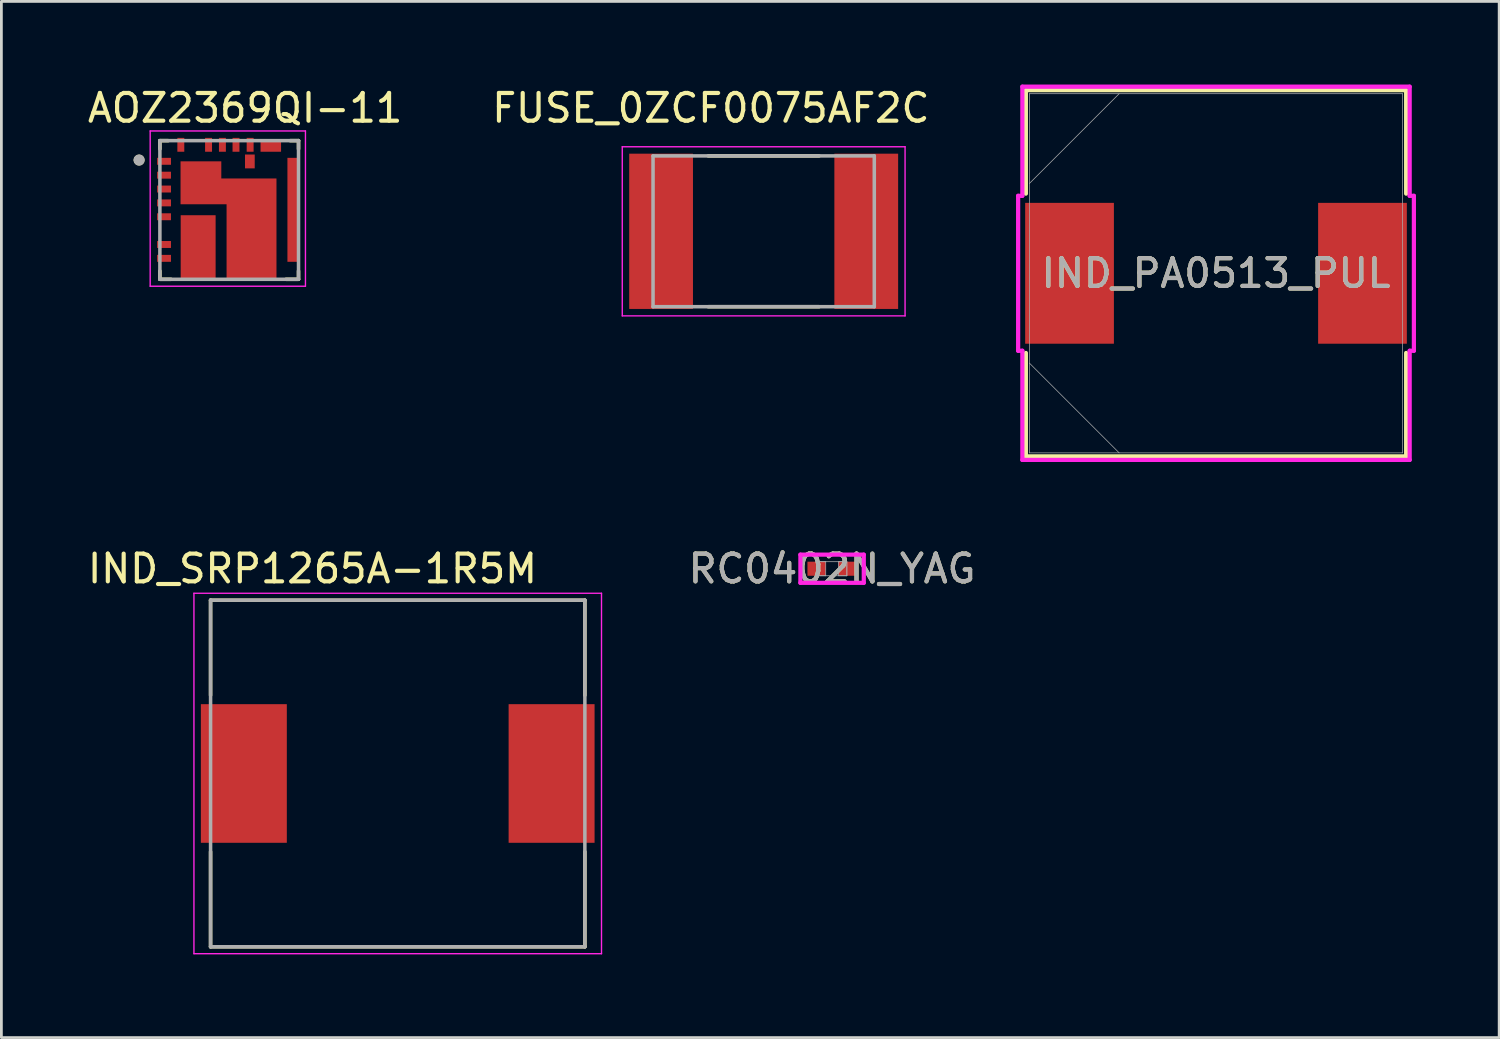
<source format=kicad_pcb>
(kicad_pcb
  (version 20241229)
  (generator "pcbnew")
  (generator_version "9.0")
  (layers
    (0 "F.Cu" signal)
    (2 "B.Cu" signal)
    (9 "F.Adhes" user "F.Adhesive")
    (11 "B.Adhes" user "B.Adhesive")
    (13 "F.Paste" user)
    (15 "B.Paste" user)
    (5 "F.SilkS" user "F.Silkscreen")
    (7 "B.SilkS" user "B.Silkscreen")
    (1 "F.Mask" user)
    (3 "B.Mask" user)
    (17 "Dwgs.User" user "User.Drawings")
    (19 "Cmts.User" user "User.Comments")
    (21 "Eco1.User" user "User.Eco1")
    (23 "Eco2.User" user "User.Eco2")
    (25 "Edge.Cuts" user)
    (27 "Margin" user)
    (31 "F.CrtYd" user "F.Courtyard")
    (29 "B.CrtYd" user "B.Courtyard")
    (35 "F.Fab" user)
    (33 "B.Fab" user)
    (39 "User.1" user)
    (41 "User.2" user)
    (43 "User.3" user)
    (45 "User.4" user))
  (footprint "RC0402N_YAG"
    (layer "F.Cu")
    (at 26.962 17.463)
    (property "Reference" "RC0402N_YAG" (at 0 0 0) (unlocked yes) (layer "F.SilkS") (effects (font (size 1 1) (thickness 0.15))))
    (attr smd)
    (fp_line (start -1.143 -0.508) (end 1.143 -0.508) (stroke (width 0.152) (type solid)) (layer "F.CrtYd"))
    (fp_line (start -1.143 0.508) (end -1.143 -0.508) (stroke (width 0.152) (type solid)) (layer "F.CrtYd"))
    (fp_line (start 1.143 -0.508) (end 1.143 0.508) (stroke (width 0.152) (type solid)) (layer "F.CrtYd"))
    (fp_line (start 1.143 0.508) (end -1.143 0.508) (stroke (width 0.152) (type solid)) (layer "F.CrtYd"))
    (fp_line (start -0.533 -0.254) (end -0.533 0.254) (stroke (width 0.025) (type solid)) (layer "F.Fab"))
    (fp_line (start -0.533 -0.254) (end -0.533 0.254) (stroke (width 0.025) (type solid)) (layer "F.Fab"))
    (fp_line (start -0.533 0.254) (end -0.229 0.254) (stroke (width 0.025) (type solid)) (layer "F.Fab"))
    (fp_line (start -0.533 0.254) (end 0.533 0.254) (stroke (width 0.025) (type solid)) (layer "F.Fab"))
    (fp_line (start -0.229 -0.254) (end -0.533 -0.254) (stroke (width 0.025) (type solid)) (layer "F.Fab"))
    (fp_line (start -0.229 0.254) (end -0.229 -0.254) (stroke (width 0.025) (type solid)) (layer "F.Fab"))
    (fp_line (start 0.229 -0.254) (end 0.229 0.254) (stroke (width 0.025) (type solid)) (layer "F.Fab"))
    (fp_line (start 0.229 0.254) (end 0.533 0.254) (stroke (width 0.025) (type solid)) (layer "F.Fab"))
    (fp_line (start 0.533 -0.254) (end -0.533 -0.254) (stroke (width 0.025) (type solid)) (layer "F.Fab"))
    (fp_line (start 0.533 -0.254) (end 0.229 -0.254) (stroke (width 0.025) (type solid)) (layer "F.Fab"))
    (fp_line (start 0.533 0.254) (end 0.533 -0.254) (stroke (width 0.025) (type solid)) (layer "F.Fab"))
    (fp_line (start 0.533 0.254) (end 0.533 -0.254) (stroke (width 0.025) (type solid)) (layer "F.Fab"))
    (fp_text user "${REFERENCE}" (at 0 0 0) (unlocked yes) (layer "F.Fab") (effects (font (size 1 1) (thickness 0.15))))
    (pad "1" smd rect (at -0.559 0) (size 0.66 0.508) (layers "F.Cu" "F.Mask" "F.Paste"))
    (pad "2" smd rect (at 0.559 0) (size 0.66 0.508) (layers "F.Cu" "F.Mask" "F.Paste"))
    (zone (net_name "") (layer "F.Cu") (hatch full 0.508) (connect_pads) (min_thickness 0.254) (filled_areas_thickness no) (keepout (tracks not_allowed) (vias not_allowed) (pads allowed) (copperpour not_allowed) (footprints allowed)) (placement (enabled no)) (fill) (polygon (pts (xy 26.784 17.259) (xy 27.14 17.259) (xy 27.14 17.666) (xy 26.784 17.666)))))
  (footprint "FUSE_0ZCF0075AF2C"
    (layer "F.Cu")
    (at 24.494 5.293)
    (property "Reference" "FUSE_0ZCF0075AF2C" (at -1.905 -4.445 0) (layer "F.SilkS") (effects (font (size 1 1) (thickness 0.15))))
    (attr smd)
    (fp_line (start -2 -2.72) (end 2 -2.72) (stroke (width 0.127) (type solid)) (layer "F.SilkS"))
    (fp_line (start -2 2.72) (end 2 2.72) (stroke (width 0.127) (type solid)) (layer "F.SilkS"))
    (fp_line (start -5.1 -3.05) (end 5.1 -3.05) (stroke (width 0.05) (type solid)) (layer "F.CrtYd"))
    (fp_line (start -5.1 3.05) (end -5.1 -3.05) (stroke (width 0.05) (type solid)) (layer "F.CrtYd"))
    (fp_line (start 5.1 -3.05) (end 5.1 3.05) (stroke (width 0.05) (type solid)) (layer "F.CrtYd"))
    (fp_line (start 5.1 3.05) (end -5.1 3.05) (stroke (width 0.05) (type solid)) (layer "F.CrtYd"))
    (fp_line (start -3.99 -2.72) (end -3.99 2.72) (stroke (width 0.127) (type solid)) (layer "F.Fab"))
    (fp_line (start -3.99 2.72) (end 3.99 2.72) (stroke (width 0.127) (type solid)) (layer "F.Fab"))
    (fp_line (start 3.99 -2.72) (end -3.99 -2.72) (stroke (width 0.127) (type solid)) (layer "F.Fab"))
    (fp_line (start 3.99 2.72) (end 3.99 -2.72) (stroke (width 0.127) (type solid)) (layer "F.Fab"))
    (pad "1" smd rect (at -3.7 0) (size 2.3 5.6) (layers "F.Cu" "F.Mask" "F.Paste"))
    (pad "2" smd rect (at 3.7 0) (size 2.3 5.6) (layers "F.Cu" "F.Mask" "F.Paste")))
  (footprint "AOZ2369QI-11"
    (layer "F.Cu")
    (at 5.217 4.523)
    (property "Reference" "AOZ2369QI-11" (at 0.575 -3.675 0) (layer "F.SilkS") (effects (font (size 1 1) (thickness 0.15))))
    (attr smd)
    (fp_poly (pts (xy -1.85 -1.85) (xy -0.19 -1.85) (xy -0.19 -1.23) (xy 1.8 -1.23) (xy 1.8 2.55) (xy -0.19 2.55) (xy -0.19 -0.11) (xy -1.85 -0.11)) (stroke (width 0.01) (type solid)) (fill yes) (layer "F.Mask"))
    (fp_line (start -2.5 -2.5) (end -2.5 -2.2) (stroke (width 0.127) (type solid)) (layer "F.SilkS"))
    (fp_line (start -2.5 2.2) (end -2.5 2.5) (stroke (width 0.127) (type solid)) (layer "F.SilkS"))
    (fp_line (start -2.5 2.5) (end -2.1 2.5) (stroke (width 0.127) (type solid)) (layer "F.SilkS"))
    (fp_line (start -2.2 -2.5) (end -2.5 -2.5) (stroke (width 0.127) (type solid)) (layer "F.SilkS"))
    (fp_line (start 2.2 -2.5) (end 2.5 -2.5) (stroke (width 0.127) (type solid)) (layer "F.SilkS"))
    (fp_line (start 2.5 -2.5) (end 2.5 -2.2) (stroke (width 0.127) (type solid)) (layer "F.SilkS"))
    (fp_line (start 2.5 2.2) (end 2.5 2.5) (stroke (width 0.127) (type solid)) (layer "F.SilkS"))
    (fp_line (start 2.5 2.5) (end 2.05 2.5) (stroke (width 0.127) (type solid)) (layer "F.SilkS"))
    (fp_circle (center -3.25 -1.8) (end -3.15 -1.8) (stroke (width 0.2) (type solid)) (fill no) (layer "F.SilkS"))
    (fp_poly (pts (xy -1.52 0.615) (xy -0.72 0.615) (xy -0.72 2.075) (xy -1.52 2.075)) (stroke (width 0.01) (type solid)) (fill yes) (layer "F.Paste"))
    (fp_poly (pts (xy -1.482 -1.466) (xy -0.558 -1.466) (xy -0.558 -0.493) (xy -1.482 -0.493)) (stroke (width 0.01) (type solid)) (fill yes) (layer "F.Paste"))
    (fp_poly (pts (xy 0.239 -0.462) (xy 1.371 -0.462) (xy 1.371 1.832) (xy 0.239 1.832)) (stroke (width 0.01) (type solid)) (fill yes) (layer "F.Paste"))
    (fp_line (start -2.85 -2.85) (end 2.75 -2.85) (stroke (width 0.05) (type solid)) (layer "F.CrtYd"))
    (fp_line (start -2.85 2.75) (end -2.85 -2.85) (stroke (width 0.05) (type solid)) (layer "F.CrtYd"))
    (fp_line (start 2.75 -2.85) (end 2.75 2.75) (stroke (width 0.05) (type solid)) (layer "F.CrtYd"))
    (fp_line (start 2.75 2.75) (end -2.85 2.75) (stroke (width 0.05) (type solid)) (layer "F.CrtYd"))
    (fp_line (start -2.5 -2.5) (end 2.5 -2.5) (stroke (width 0.127) (type solid)) (layer "F.Fab"))
    (fp_line (start -2.5 2.5) (end -2.5 -2.5) (stroke (width 0.127) (type solid)) (layer "F.Fab"))
    (fp_line (start 2.5 -2.5) (end 2.5 2.5) (stroke (width 0.127) (type solid)) (layer "F.Fab"))
    (fp_line (start 2.5 2.5) (end -2.5 2.5) (stroke (width 0.127) (type solid)) (layer "F.Fab"))
    (fp_circle (center -3.25 -1.8) (end -3.15 -1.8) (stroke (width 0.2) (type solid)) (fill no) (layer "F.Fab"))
    (pad "1" smd rect (at -2.35 -1.755) (size 0.5 0.25) (layers "F.Cu" "F.Mask" "F.Paste"))
    (pad "2" smd rect (at -2.35 -1.255) (size 0.5 0.25) (layers "F.Cu" "F.Mask" "F.Paste"))
    (pad "3" smd rect (at -2.35 -0.755) (size 0.5 0.25) (layers "F.Cu" "F.Mask" "F.Paste"))
    (pad "4" smd rect (at -2.35 -0.255) (size 0.5 0.25) (layers "F.Cu" "F.Mask" "F.Paste"))
    (pad "5" smd rect (at -2.35 0.245) (size 0.5 0.25) (layers "F.Cu" "F.Mask" "F.Paste"))
    (pad "6" smd rect (at -2.35 1.245) (size 0.5 0.25) (layers "F.Cu" "F.Mask" "F.Paste"))
    (pad "7" smd rect (at -2.35 1.745) (size 0.5 0.25) (layers "F.Cu" "F.Mask" "F.Paste"))
    (pad "8_10" smd rect (at -1.12 1.345) (size 1.26 2.31) (layers "F.Cu" "F.Mask"))
    (pad "11_13" smd custom (at 0.75 0.65) (size 1.27 0.635) (layers "F.Cu") (options (anchor rect)) (primitives (gr_poly (pts (xy -2.5 -2.4) (xy -1.04 -2.4) (xy -1.04 -1.78) (xy 0.95 -1.78) (xy 0.95 1.85) (xy -0.84 1.85) (xy -0.84 -0.86) (xy -2.5 -0.86)) (width 0.01) (fill yes))))
    (pad "14_21" smd rect (at 2.3 -0.005) (size 0.4 3.75) (layers "F.Cu" "F.Mask" "F.Paste"))
    (pad "22_23" smd rect (at 1.5 -2.3) (size 0.74 0.4) (layers "F.Cu" "F.Mask" "F.Paste"))
    (pad "24" smd rect (at 0.755 -2.35) (size 0.25 0.5) (layers "F.Cu" "F.Mask" "F.Paste"))
    (pad "25" smd rect (at 0.245 -2.35) (size 0.25 0.5) (layers "F.Cu" "F.Mask" "F.Paste"))
    (pad "26" smd rect (at -0.245 -2.35) (size 0.25 0.5) (layers "F.Cu" "F.Mask" "F.Paste"))
    (pad "27" smd rect (at -0.745 -2.35) (size 0.25 0.5) (layers "F.Cu" "F.Mask" "F.Paste"))
    (pad "28" smd rect (at -1.745 -2.35) (size 0.25 0.5) (layers "F.Cu" "F.Mask" "F.Paste"))
    (pad "29" smd rect (at 0.745 -1.75) (size 0.35 0.5) (layers "F.Cu" "F.Mask" "F.Paste")))
  (footprint "IND_SRP1265A-1R5M"
    (layer "F.Cu")
    (at 11.295 24.848)
    (property "Reference" "IND_SRP1265A-1R5M" (at -3.075 -7.385 0) (layer "F.SilkS") (effects (font (size 1 1) (thickness 0.15))))
    (attr smd)
    (fp_line (start -6.75 -6.25) (end 6.75 -6.25) (stroke (width 0.127) (type solid)) (layer "F.SilkS"))
    (fp_line (start -6.75 -2.82) (end -6.75 -6.25) (stroke (width 0.127) (type solid)) (layer "F.SilkS"))
    (fp_line (start -6.75 6.25) (end -6.75 2.82) (stroke (width 0.127) (type solid)) (layer "F.SilkS"))
    (fp_line (start 6.75 -6.25) (end 6.75 -2.82) (stroke (width 0.127) (type solid)) (layer "F.SilkS"))
    (fp_line (start 6.75 6.25) (end -6.75 6.25) (stroke (width 0.127) (type solid)) (layer "F.SilkS"))
    (fp_line (start 6.75 6.25) (end 6.75 2.82) (stroke (width 0.127) (type solid)) (layer "F.SilkS"))
    (fp_line (start -7.35 -6.5) (end -7.35 6.5) (stroke (width 0.05) (type solid)) (layer "F.CrtYd"))
    (fp_line (start -7.35 6.5) (end 7.35 6.5) (stroke (width 0.05) (type solid)) (layer "F.CrtYd"))
    (fp_line (start 7.35 -6.5) (end -7.35 -6.5) (stroke (width 0.05) (type solid)) (layer "F.CrtYd"))
    (fp_line (start 7.35 6.5) (end 7.35 -6.5) (stroke (width 0.05) (type solid)) (layer "F.CrtYd"))
    (fp_line (start -6.75 -6.25) (end 6.75 -6.25) (stroke (width 0.127) (type solid)) (layer "F.Fab"))
    (fp_line (start -6.75 6.25) (end -6.75 -6.25) (stroke (width 0.127) (type solid)) (layer "F.Fab"))
    (fp_line (start 6.75 -6.25) (end 6.75 6.25) (stroke (width 0.127) (type solid)) (layer "F.Fab"))
    (fp_line (start 6.75 6.25) (end -6.75 6.25) (stroke (width 0.127) (type solid)) (layer "F.Fab"))
    (pad "1" smd rect (at -5.55 0) (size 3.1 5) (layers "F.Cu" "F.Mask" "F.Paste"))
    (pad "2" smd rect (at 5.55 0) (size 3.1 5) (layers "F.Cu" "F.Mask" "F.Paste")))
  (footprint "IND_PA0513_PUL"
    (layer "F.Cu")
    (at 40.809 6.807)
    (property "Reference" "IND_PA0513_PUL" (at 0 0 0) (unlocked yes) (layer "F.SilkS") (effects (font (size 1 1) (thickness 0.15))))
    (attr smd)
    (fp_line (start -6.858 -6.604) (end -6.858 -2.873) (stroke (width 0.152) (type solid)) (layer "F.SilkS"))
    (fp_line (start -6.858 2.873) (end -6.858 6.604) (stroke (width 0.152) (type solid)) (layer "F.SilkS"))
    (fp_line (start -6.858 6.604) (end 6.858 6.604) (stroke (width 0.152) (type solid)) (layer "F.SilkS"))
    (fp_line (start 6.858 -6.604) (end -6.858 -6.604) (stroke (width 0.152) (type solid)) (layer "F.SilkS"))
    (fp_line (start 6.858 -2.873) (end 6.858 -6.604) (stroke (width 0.152) (type solid)) (layer "F.SilkS"))
    (fp_line (start 6.858 6.604) (end 6.858 2.873) (stroke (width 0.152) (type solid)) (layer "F.SilkS"))
    (fp_line (start -7.137 -2.794) (end -6.985 -2.794) (stroke (width 0.152) (type solid)) (layer "F.CrtYd"))
    (fp_line (start -7.137 2.794) (end -7.137 -2.794) (stroke (width 0.152) (type solid)) (layer "F.CrtYd"))
    (fp_line (start -6.985 -6.731) (end 6.985 -6.731) (stroke (width 0.152) (type solid)) (layer "F.CrtYd"))
    (fp_line (start -6.985 -2.794) (end -6.985 -6.731) (stroke (width 0.152) (type solid)) (layer "F.CrtYd"))
    (fp_line (start -6.985 2.794) (end -7.137 2.794) (stroke (width 0.152) (type solid)) (layer "F.CrtYd"))
    (fp_line (start -6.985 2.794) (end -6.985 6.731) (stroke (width 0.152) (type solid)) (layer "F.CrtYd"))
    (fp_line (start -6.985 6.731) (end 6.985 6.731) (stroke (width 0.152) (type solid)) (layer "F.CrtYd"))
    (fp_line (start 6.985 -6.731) (end 6.985 -2.794) (stroke (width 0.152) (type solid)) (layer "F.CrtYd"))
    (fp_line (start 6.985 -2.794) (end 7.137 -2.794) (stroke (width 0.152) (type solid)) (layer "F.CrtYd"))
    (fp_line (start 6.985 2.794) (end 7.137 2.794) (stroke (width 0.152) (type solid)) (layer "F.CrtYd"))
    (fp_line (start 6.985 6.731) (end 6.985 2.794) (stroke (width 0.152) (type solid)) (layer "F.CrtYd"))
    (fp_line (start 7.137 -2.794) (end 7.137 2.794) (stroke (width 0.152) (type solid)) (layer "F.CrtYd"))
    (fp_line (start -6.731 -6.477) (end -6.731 6.477) (stroke (width 0.025) (type solid)) (layer "F.Fab"))
    (fp_line (start -6.731 -3.239) (end -3.493 -6.477) (stroke (width 0.025) (type solid)) (layer "F.Fab"))
    (fp_line (start -6.731 3.239) (end -3.493 6.477) (stroke (width 0.025) (type solid)) (layer "F.Fab"))
    (fp_line (start -6.731 6.477) (end 6.731 6.477) (stroke (width 0.025) (type solid)) (layer "F.Fab"))
    (fp_line (start 6.731 -6.477) (end -6.731 -6.477) (stroke (width 0.025) (type solid)) (layer "F.Fab"))
    (fp_line (start 6.731 6.477) (end 6.731 -6.477) (stroke (width 0.025) (type solid)) (layer "F.Fab"))
    (fp_text user "${REFERENCE}" (at 0 0 0) (unlocked yes) (layer "F.Fab") (effects (font (size 1 1) (thickness 0.15))))
    (pad "1" smd rect (at -5.283 0 90) (size 5.08 3.2) (layers "F.Cu" "F.Mask" "F.Paste"))
    (pad "2" smd rect (at 5.283 0 90) (size 5.08 3.2) (layers "F.Cu" "F.Mask" "F.Paste")))
  (gr_rect
    (start -3 -3)
    (end 51.022 34.373)
    (stroke (width 0.1) (type default))
    (fill no)
    (layer "Edge.Cuts")))
</source>
